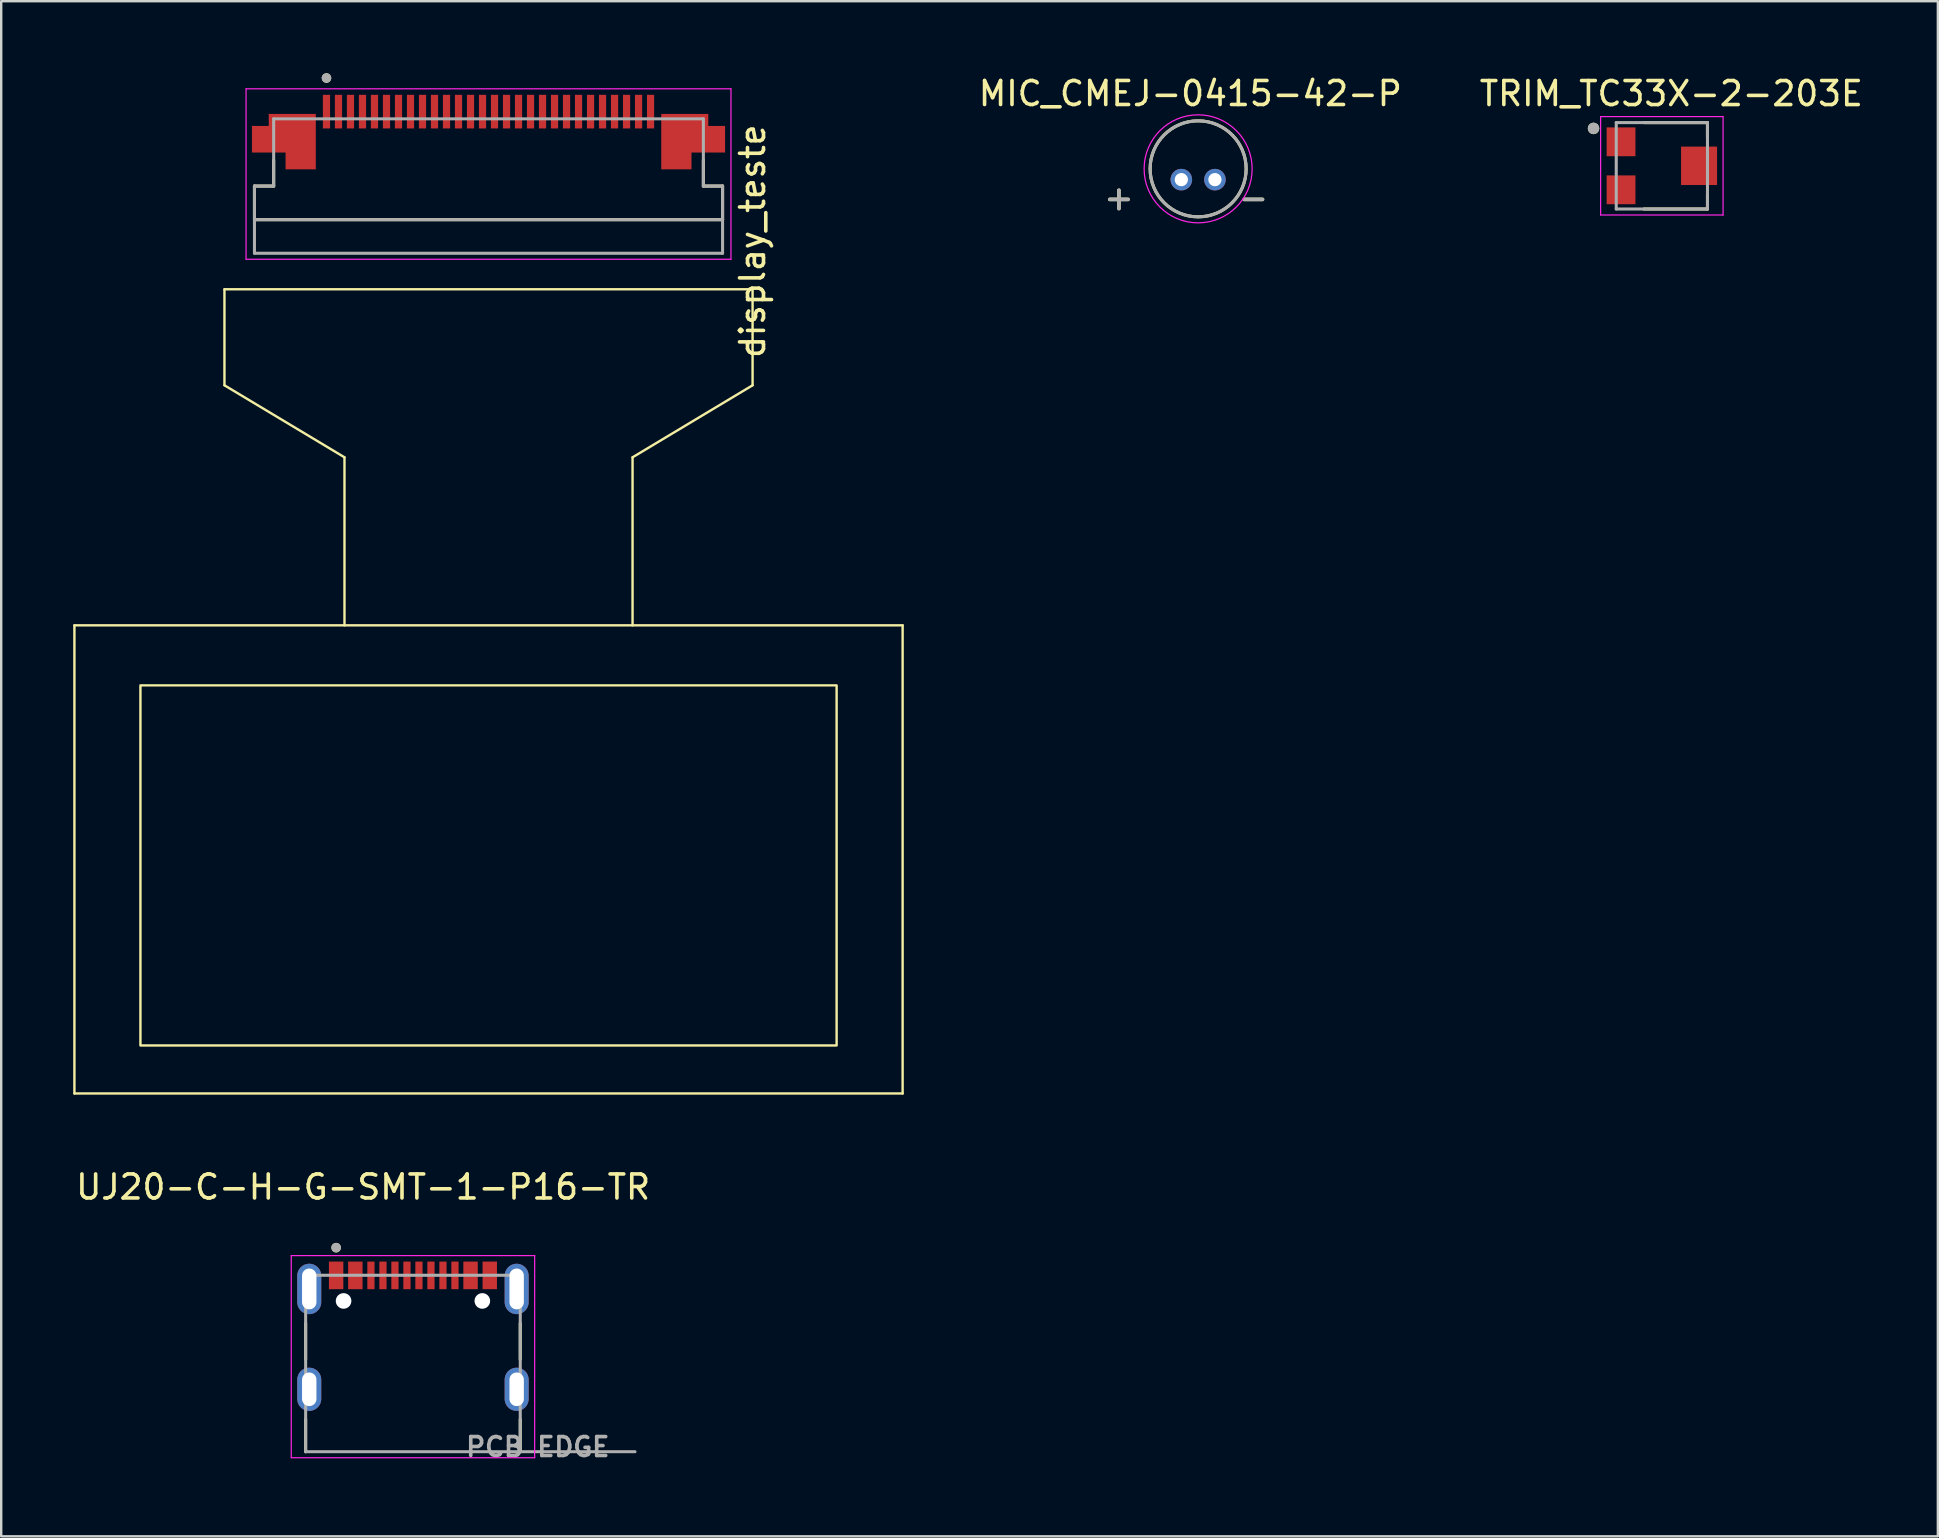
<source format=kicad_pcb>
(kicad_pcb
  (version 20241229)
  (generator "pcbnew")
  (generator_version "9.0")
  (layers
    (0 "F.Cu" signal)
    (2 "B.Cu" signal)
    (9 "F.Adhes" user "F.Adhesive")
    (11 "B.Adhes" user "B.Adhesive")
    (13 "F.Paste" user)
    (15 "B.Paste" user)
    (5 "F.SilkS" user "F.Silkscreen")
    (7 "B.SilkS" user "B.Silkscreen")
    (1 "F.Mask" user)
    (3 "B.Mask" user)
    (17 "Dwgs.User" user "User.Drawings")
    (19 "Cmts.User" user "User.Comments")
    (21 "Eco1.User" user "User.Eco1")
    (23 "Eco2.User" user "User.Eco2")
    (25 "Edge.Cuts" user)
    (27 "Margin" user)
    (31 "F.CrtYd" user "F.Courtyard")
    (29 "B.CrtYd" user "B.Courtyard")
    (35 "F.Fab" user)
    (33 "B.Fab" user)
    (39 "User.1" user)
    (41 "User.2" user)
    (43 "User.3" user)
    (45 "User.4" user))
  (footprint "TRIM_TC33X-2-203E"
    (layer "F.Cu")
    (at 66.277 3.857)
    (property "Reference" "TRIM_TC33X-2-203E" (at 0.294 -3.008 0) (layer "F.SilkS") (effects (font (size 1 1) (thickness 0.15))))
    (attr smd)
    (fp_line (start -0.85 -1.8) (end 1.8 -1.8) (stroke (width 0.127) (type solid)) (layer "F.SilkS"))
    (fp_line (start -0.85 1.8) (end 1.8 1.8) (stroke (width 0.127) (type solid)) (layer "F.SilkS"))
    (fp_line (start 1.8 -1.8) (end 1.8 -1.2) (stroke (width 0.127) (type solid)) (layer "F.SilkS"))
    (fp_line (start 1.8 1.8) (end 1.8 1.2) (stroke (width 0.127) (type solid)) (layer "F.SilkS"))
    (fp_circle (center -2.946 -1.558) (end -2.826 -1.558) (stroke (width 0.24) (type solid)) (fill no) (layer "F.SilkS"))
    (fp_line (start -2.65 -2.05) (end 2.45 -2.05) (stroke (width 0.05) (type solid)) (layer "F.CrtYd"))
    (fp_line (start -2.65 2.05) (end -2.65 -2.05) (stroke (width 0.05) (type solid)) (layer "F.CrtYd"))
    (fp_line (start 2.45 -2.05) (end 2.45 2.05) (stroke (width 0.05) (type solid)) (layer "F.CrtYd"))
    (fp_line (start 2.45 2.05) (end -2.65 2.05) (stroke (width 0.05) (type solid)) (layer "F.CrtYd"))
    (fp_line (start -2 -1.8) (end 1.8 -1.8) (stroke (width 0.127) (type solid)) (layer "F.Fab"))
    (fp_line (start -2 1.8) (end -2 -1.8) (stroke (width 0.127) (type solid)) (layer "F.Fab"))
    (fp_line (start 1.8 -1.8) (end 1.8 1.8) (stroke (width 0.127) (type solid)) (layer "F.Fab"))
    (fp_line (start 1.8 1.8) (end -2 1.8) (stroke (width 0.127) (type solid)) (layer "F.Fab"))
    (fp_circle (center -2.946 -1.558) (end -2.826 -1.558) (stroke (width 0.24) (type solid)) (fill no) (layer "F.Fab"))
    (pad "1" smd rect (at -1.8 -1) (size 1.2 1.2) (layers "F.Cu" "F.Mask" "F.Paste"))
    (pad "2" smd rect (at 1.45 0) (size 1.5 1.6) (layers "F.Cu" "F.Mask" "F.Paste"))
    (pad "3" smd rect (at -1.8 1) (size 1.2 1.2) (layers "F.Cu" "F.Mask" "F.Paste")))
  (footprint "MIC_CMEJ-0415-42-P"
    (layer "F.Cu")
    (at 46.86 3.983)
    (property "Reference" "MIC_CMEJ-0415-42-P" (at -0.325 -3.135 0) (layer "F.SilkS") (effects (font (size 1 1) (thickness 0.15))))
    (attr through_hole)
    (fp_circle (center 0 0) (end 2 0) (stroke (width 0.127) (type solid)) (fill no) (layer "F.SilkS"))
    (fp_circle (center 0 0) (end 2.25 0) (stroke (width 0.05) (type solid)) (fill no) (layer "F.CrtYd"))
    (fp_circle (center 0 0) (end 2 0) (stroke (width 0.127) (type solid)) (fill no) (layer "F.Fab"))
    (fp_text user "-" (at 2.3 1.2 0) (layer "F.SilkS") (effects (font (size 1 1) (thickness 0.15))))
    (fp_text user "+" (at -3.3 1.2 0) (layer "F.SilkS") (effects (font (size 1 1) (thickness 0.15))))
    (fp_text user "-" (at 2.3 1.2 0) (layer "F.Fab") (effects (font (size 1 1) (thickness 0.15))))
    (fp_text user "+" (at -3.3 1.2 0) (layer "F.Fab") (effects (font (size 1 1) (thickness 0.15))))
    (pad "1" thru_hole circle (at -0.7 0.45) (size 0.9 0.9) (drill 0.55) (layers "*.Cu" "*.Mask"))
    (pad "2" thru_hole circle (at 0.7 0.45) (size 0.9 0.9) (drill 0.55) (layers "*.Cu" "*.Mask")))
  (footprint "UJ20-C-H-G-SMT-1-P16-TR"
    (layer "F.Cu")
    (at 14.152 57.423)
    (property "Reference" "UJ20-C-H-G-SMT-1-P16-TR" (at -2.075 -11.025 0) (layer "F.SilkS") (effects (font (size 1 1) (thickness 0.15))))
    (attr smd)
    (fp_line (start -4.47 -5.35) (end -4.47 -3.85) (stroke (width 0.127) (type solid)) (layer "F.SilkS"))
    (fp_line (start -4.47 -1.35) (end -4.47 0) (stroke (width 0.127) (type solid)) (layer "F.SilkS"))
    (fp_line (start 4.47 -5.35) (end 4.47 -3.85) (stroke (width 0.127) (type solid)) (layer "F.SilkS"))
    (fp_line (start 4.47 -1.35) (end 4.47 0) (stroke (width 0.127) (type solid)) (layer "F.SilkS"))
    (fp_circle (center -3.2 -8.5) (end -3.1 -8.5) (stroke (width 0.2) (type solid)) (fill no) (layer "F.SilkS"))
    (fp_line (start -5.07 -8.17) (end -5.07 0.25) (stroke (width 0.05) (type solid)) (layer "F.CrtYd"))
    (fp_line (start -5.07 0.25) (end 5.07 0.25) (stroke (width 0.05) (type solid)) (layer "F.CrtYd"))
    (fp_line (start 5.07 -8.17) (end -5.07 -8.17) (stroke (width 0.05) (type solid)) (layer "F.CrtYd"))
    (fp_line (start 5.07 0.25) (end 5.07 -8.17) (stroke (width 0.05) (type solid)) (layer "F.CrtYd"))
    (fp_line (start -4.47 -7.35) (end -4.47 0) (stroke (width 0.127) (type solid)) (layer "F.Fab"))
    (fp_line (start -4.47 0) (end 4.47 0) (stroke (width 0.127) (type solid)) (layer "F.Fab"))
    (fp_line (start 4.47 -7.35) (end -4.47 -7.35) (stroke (width 0.127) (type solid)) (layer "F.Fab"))
    (fp_line (start 4.47 0) (end 4.47 -7.35) (stroke (width 0.127) (type solid)) (layer "F.Fab"))
    (fp_line (start 4.47 0) (end 9.25 0) (stroke (width 0.127) (type solid)) (layer "F.Fab"))
    (fp_circle (center -3.2 -8.5) (end -3.1 -8.5) (stroke (width 0.2) (type solid)) (fill no) (layer "F.Fab"))
    (fp_text user "PCB EDGE" (at 5.2 -0.2 0) (layer "F.Fab") (effects (font (size 0.787 0.787) (thickness 0.15))))
    (pad "" np_thru_hole circle (at -2.89 -6.28) (size 0.65 0.65) (drill 0.65) (layers "*.Cu" "*.Mask"))
    (pad "" np_thru_hole circle (at 2.89 -6.28) (size 0.65 0.65) (drill 0.65) (layers "*.Cu" "*.Mask"))
    (pad "A1" smd rect (at -3.2 -7.345) (size 0.6 1.15) (layers "F.Cu" "F.Mask" "F.Paste"))
    (pad "A1" smd rect (at 3.2 -7.345) (size 0.6 1.15) (layers "F.Cu" "F.Mask" "F.Paste"))
    (pad "A4" smd rect (at -2.4 -7.345) (size 0.6 1.15) (layers "F.Cu" "F.Mask" "F.Paste"))
    (pad "A4" smd rect (at 2.4 -7.345) (size 0.6 1.15) (layers "F.Cu" "F.Mask" "F.Paste"))
    (pad "A5" smd rect (at -1.25 -7.345) (size 0.3 1.15) (layers "F.Cu" "F.Mask" "F.Paste"))
    (pad "A6" smd rect (at -0.25 -7.345) (size 0.3 1.15) (layers "F.Cu" "F.Mask" "F.Paste"))
    (pad "A7" smd rect (at 0.25 -7.345) (size 0.3 1.15) (layers "F.Cu" "F.Mask" "F.Paste"))
    (pad "A8" smd rect (at 1.25 -7.345) (size 0.3 1.15) (layers "F.Cu" "F.Mask" "F.Paste"))
    (pad "B5" smd rect (at 1.75 -7.345) (size 0.3 1.15) (layers "F.Cu" "F.Mask" "F.Paste"))
    (pad "B6" smd rect (at 0.75 -7.345) (size 0.3 1.15) (layers "F.Cu" "F.Mask" "F.Paste"))
    (pad "B7" smd rect (at -0.75 -7.345) (size 0.3 1.15) (layers "F.Cu" "F.Mask" "F.Paste"))
    (pad "B8" smd rect (at -1.75 -7.345) (size 0.3 1.15) (layers "F.Cu" "F.Mask" "F.Paste"))
    (pad "S1" thru_hole oval (at -4.32 -6.78) (size 1 2.1) (drill oval 0.6 1.7) (layers "*.Cu" "*.Mask"))
    (pad "S1" thru_hole oval (at -4.32 -2.6) (size 1 1.8) (drill oval 0.6 1.4) (layers "*.Cu" "*.Mask"))
    (pad "S1" thru_hole oval (at 4.32 -6.78) (size 1 2.1) (drill oval 0.6 1.7) (layers "*.Cu" "*.Mask"))
    (pad "S1" thru_hole oval (at 4.32 -2.6) (size 1 1.8) (drill oval 0.6 1.4) (layers "*.Cu" "*.Mask")))
  (footprint "display_teste"
    (layer "F.Cu")
    (at 17.3 4)
    (property "Reference" "display_teste" (at 11 3 90) (layer "F.SilkS") (effects (font (size 1 1) (thickness 0.15))))
    (attr smd)
    (fp_poly (pts (xy -9.25 -2.4) (xy -7.1 -2.4) (xy -7.1 0.1) (xy -8.55 0.1) (xy -8.55 -0.6) (xy -9.95 -0.6) (xy -9.95 -1.9) (xy -9.25 -1.9)) (stroke (width 0.01) (type solid)) (fill yes) (layer "F.Mask"))
    (fp_poly (pts (xy 9.25 -2.4) (xy 7.1 -2.4) (xy 7.1 0.1) (xy 8.55 0.1) (xy 8.55 -0.6) (xy 9.95 -0.6) (xy 9.95 -1.9) (xy 9.25 -1.9)) (stroke (width 0.01) (type solid)) (fill yes) (layer "F.Mask"))
    (fp_line (start -17.25 19) (end 17.25 19) (stroke (width 0.1) (type default)) (layer "F.SilkS"))
    (fp_line (start -17.25 38.5) (end -17.25 19) (stroke (width 0.1) (type default)) (layer "F.SilkS"))
    (fp_line (start -11 5) (end -11 9) (stroke (width 0.1) (type default)) (layer "F.SilkS"))
    (fp_line (start -11 9) (end -6 12) (stroke (width 0.1) (type default)) (layer "F.SilkS"))
    (fp_line (start -9.75 0.7) (end -9.75 2.1) (stroke (width 0.127) (type solid)) (layer "F.SilkS"))
    (fp_line (start -9.75 2.1) (end 9.75 2.1) (stroke (width 0.127) (type solid)) (layer "F.SilkS"))
    (fp_line (start -8.95 -0.38) (end -8.95 0.7) (stroke (width 0.127) (type solid)) (layer "F.SilkS"))
    (fp_line (start -8.95 0.7) (end -9.75 0.7) (stroke (width 0.127) (type solid)) (layer "F.SilkS"))
    (fp_line (start -6 12) (end -6 19) (stroke (width 0.1) (type default)) (layer "F.SilkS"))
    (fp_line (start 6 12) (end 6 19) (stroke (width 0.1) (type default)) (layer "F.SilkS"))
    (fp_line (start 8.95 0.7) (end 8.95 -0.38) (stroke (width 0.127) (type solid)) (layer "F.SilkS"))
    (fp_line (start 9.75 0.7) (end 8.95 0.7) (stroke (width 0.127) (type solid)) (layer "F.SilkS"))
    (fp_line (start 9.75 2.1) (end 9.75 0.7) (stroke (width 0.127) (type solid)) (layer "F.SilkS"))
    (fp_line (start 11 5) (end -11 5) (stroke (width 0.1) (type default)) (layer "F.SilkS"))
    (fp_line (start 11 5) (end 11 9) (stroke (width 0.1) (type default)) (layer "F.SilkS"))
    (fp_line (start 11 9) (end 6 12) (stroke (width 0.1) (type default)) (layer "F.SilkS"))
    (fp_line (start 17.25 19) (end 17.25 38.5) (stroke (width 0.1) (type default)) (layer "F.SilkS"))
    (fp_line (start 17.25 38.5) (end -17.25 38.5) (stroke (width 0.1) (type default)) (layer "F.SilkS"))
    (fp_rect (start 14.5 36.5) (end -14.5 21.5) (stroke (width 0.1) (type default)) (fill no) (layer "F.SilkS"))
    (fp_circle (center -6.75 -3.8) (end -6.65 -3.8) (stroke (width 0.2) (type solid)) (fill no) (layer "F.SilkS"))
    (fp_poly (pts (xy -9.15 -2.3) (xy -7.2 -2.3) (xy -7.2 0) (xy -8.45 0) (xy -8.45 -0.7) (xy -9.85 -0.7) (xy -9.85 -1.8) (xy -9.15 -1.8)) (stroke (width 0.01) (type solid)) (fill yes) (layer "F.Paste"))
    (fp_poly (pts (xy 9.15 -2.3) (xy 7.2 -2.3) (xy 7.2 0) (xy 8.45 0) (xy 8.45 -0.7) (xy 9.85 -0.7) (xy 9.85 -1.8) (xy 9.15 -1.8)) (stroke (width 0.01) (type solid)) (fill yes) (layer "F.Paste"))
    (fp_line (start -10.1 -3.35) (end 10.1 -3.35) (stroke (width 0.05) (type solid)) (layer "F.CrtYd"))
    (fp_line (start -10.1 3.75) (end -10.1 -3.35) (stroke (width 0.05) (type solid)) (layer "F.CrtYd"))
    (fp_line (start 10.1 -3.35) (end 10.1 3.75) (stroke (width 0.05) (type solid)) (layer "F.CrtYd"))
    (fp_line (start 10.1 3.75) (end -10.1 3.75) (stroke (width 0.05) (type solid)) (layer "F.CrtYd"))
    (fp_line (start -9.75 0.7) (end -8.95 0.7) (stroke (width 0.127) (type solid)) (layer "F.Fab"))
    (fp_line (start -9.75 2.1) (end -9.75 0.7) (stroke (width 0.127) (type solid)) (layer "F.Fab"))
    (fp_line (start -9.75 2.1) (end -9.75 3.5) (stroke (width 0.127) (type solid)) (layer "F.Fab"))
    (fp_line (start -9.75 3.5) (end 9.75 3.5) (stroke (width 0.127) (type solid)) (layer "F.Fab"))
    (fp_line (start -8.95 -2.1) (end 8.95 -2.1) (stroke (width 0.127) (type solid)) (layer "F.Fab"))
    (fp_line (start -8.95 0.7) (end -8.95 -2.1) (stroke (width 0.127) (type solid)) (layer "F.Fab"))
    (fp_line (start 8.95 -2.1) (end 8.95 0.7) (stroke (width 0.127) (type solid)) (layer "F.Fab"))
    (fp_line (start 8.95 0.7) (end 9.75 0.7) (stroke (width 0.127) (type solid)) (layer "F.Fab"))
    (fp_line (start 9.75 0.7) (end 9.75 2.1) (stroke (width 0.127) (type solid)) (layer "F.Fab"))
    (fp_line (start 9.75 2.1) (end -9.75 2.1) (stroke (width 0.127) (type solid)) (layer "F.Fab"))
    (fp_line (start 9.75 3.5) (end 9.75 2.1) (stroke (width 0.127) (type solid)) (layer "F.Fab"))
    (fp_circle (center -6.75 -3.8) (end -6.65 -3.8) (stroke (width 0.2) (type solid)) (fill no) (layer "F.Fab"))
    (pad "1" smd custom (at -8.175 -1.5) (size 1 1) (layers "F.Cu") (options (anchor rect)) (primitives (gr_poly (pts (xy -0.975 -0.8) (xy 0.975 -0.8) (xy 0.975 1.5) (xy -0.275 1.5) (xy -0.275 0.8) (xy -1.675 0.8) (xy -1.675 -0.3) (xy -0.975 -0.3)) (width 0.01) (fill yes))))
    (pad "1" smd rect (at -6.75 -2.4) (size 0.3 1.4) (layers "F.Cu" "F.Mask" "F.Paste"))
    (pad "2" smd rect (at -6.25 -2.4) (size 0.3 1.4) (layers "F.Cu" "F.Mask" "F.Paste"))
    (pad "3" smd rect (at -5.75 -2.4) (size 0.3 1.4) (layers "F.Cu" "F.Mask" "F.Paste"))
    (pad "4" smd rect (at -5.25 -2.4) (size 0.3 1.4) (layers "F.Cu" "F.Mask" "F.Paste"))
    (pad "5" smd rect (at -4.75 -2.4) (size 0.3 1.4) (layers "F.Cu" "F.Mask" "F.Paste"))
    (pad "6" smd rect (at -4.25 -2.4) (size 0.3 1.4) (layers "F.Cu" "F.Mask" "F.Paste"))
    (pad "7" smd rect (at -3.75 -2.4) (size 0.3 1.4) (layers "F.Cu" "F.Mask" "F.Paste"))
    (pad "7" smd custom (at 8.175 -1.5) (size 1 1) (layers "F.Cu") (options (anchor rect)) (primitives (gr_poly (pts (xy 0.975 -0.8) (xy -0.975 -0.8) (xy -0.975 1.5) (xy 0.275 1.5) (xy 0.275 0.8) (xy 1.675 0.8) (xy 1.675 -0.3) (xy 0.975 -0.3)) (width 0.01) (fill yes))))
    (pad "8" smd rect (at -3.25 -2.4) (size 0.3 1.4) (layers "F.Cu" "F.Mask" "F.Paste"))
    (pad "9" smd rect (at -2.75 -2.4) (size 0.3 1.4) (layers "F.Cu" "F.Mask" "F.Paste"))
    (pad "10" smd rect (at -2.25 -2.4) (size 0.3 1.4) (layers "F.Cu" "F.Mask" "F.Paste"))
    (pad "11" smd rect (at -1.75 -2.4) (size 0.3 1.4) (layers "F.Cu" "F.Mask" "F.Paste"))
    (pad "12" smd rect (at -1.25 -2.4) (size 0.3 1.4) (layers "F.Cu" "F.Mask" "F.Paste"))
    (pad "13" smd rect (at -0.75 -2.4) (size 0.3 1.4) (layers "F.Cu" "F.Mask" "F.Paste"))
    (pad "14" smd rect (at -0.25 -2.4) (size 0.3 1.4) (layers "F.Cu" "F.Mask" "F.Paste"))
    (pad "15" smd rect (at 0.25 -2.4) (size 0.3 1.4) (layers "F.Cu" "F.Mask" "F.Paste"))
    (pad "16" smd rect (at 0.75 -2.4) (size 0.3 1.4) (layers "F.Cu" "F.Mask" "F.Paste"))
    (pad "17" smd rect (at 1.25 -2.4) (size 0.3 1.4) (layers "F.Cu" "F.Mask" "F.Paste"))
    (pad "18" smd rect (at 1.75 -2.4) (size 0.3 1.4) (layers "F.Cu" "F.Mask" "F.Paste"))
    (pad "19" smd rect (at 2.25 -2.4) (size 0.3 1.4) (layers "F.Cu" "F.Mask" "F.Paste"))
    (pad "20" smd rect (at 2.75 -2.4) (size 0.3 1.4) (layers "F.Cu" "F.Mask" "F.Paste"))
    (pad "21" smd rect (at 3.25 -2.4) (size 0.3 1.4) (layers "F.Cu" "F.Mask" "F.Paste"))
    (pad "22" smd rect (at 3.75 -2.4) (size 0.3 1.4) (layers "F.Cu" "F.Mask" "F.Paste"))
    (pad "23" smd rect (at 4.25 -2.4) (size 0.3 1.4) (layers "F.Cu" "F.Mask" "F.Paste"))
    (pad "24" smd rect (at 4.75 -2.4) (size 0.3 1.4) (layers "F.Cu" "F.Mask" "F.Paste"))
    (pad "25" smd rect (at 5.25 -2.4) (size 0.3 1.4) (layers "F.Cu" "F.Mask" "F.Paste"))
    (pad "26" smd rect (at 5.75 -2.4) (size 0.3 1.4) (layers "F.Cu" "F.Mask" "F.Paste"))
    (pad "27" smd rect (at 6.25 -2.4) (size 0.3 1.4) (layers "F.Cu" "F.Mask" "F.Paste"))
    (pad "28" smd rect (at 6.75 -2.4) (size 0.3 1.4) (layers "F.Cu" "F.Mask" "F.Paste")))
  (gr_rect
    (start -3 -3)
    (end 77.674 60.947)
    (stroke (width 0.1) (type default))
    (fill no)
    (layer "Edge.Cuts")))
</source>
